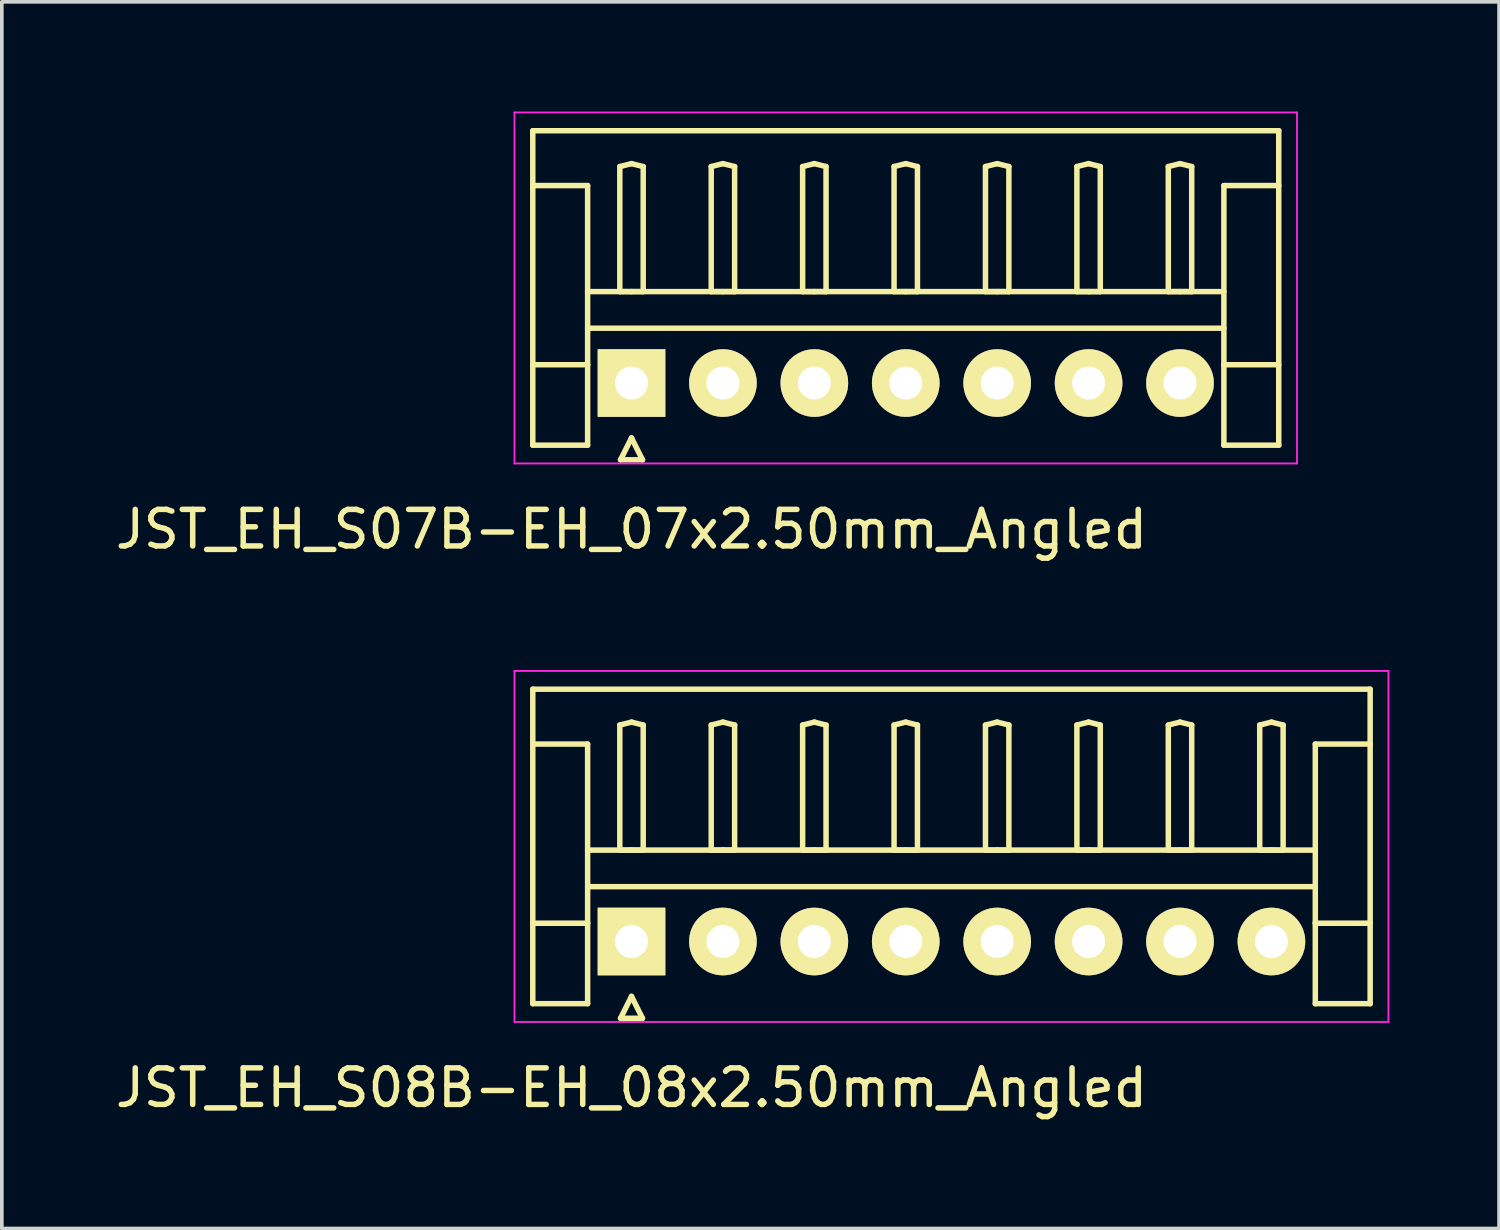
<source format=kicad_pcb>
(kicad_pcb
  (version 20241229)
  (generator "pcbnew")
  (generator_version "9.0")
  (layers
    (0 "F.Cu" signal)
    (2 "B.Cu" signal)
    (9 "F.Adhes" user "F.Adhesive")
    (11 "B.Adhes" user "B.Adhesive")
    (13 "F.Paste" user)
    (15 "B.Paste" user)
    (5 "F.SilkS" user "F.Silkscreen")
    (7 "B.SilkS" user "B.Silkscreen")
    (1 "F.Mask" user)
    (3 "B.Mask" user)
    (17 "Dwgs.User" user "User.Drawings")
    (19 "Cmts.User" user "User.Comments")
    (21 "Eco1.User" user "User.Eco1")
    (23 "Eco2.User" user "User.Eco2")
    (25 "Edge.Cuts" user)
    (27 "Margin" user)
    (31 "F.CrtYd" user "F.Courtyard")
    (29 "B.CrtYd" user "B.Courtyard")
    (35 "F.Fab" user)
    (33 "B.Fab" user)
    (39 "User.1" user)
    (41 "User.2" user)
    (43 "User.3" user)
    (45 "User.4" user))
  (footprint "JST_EH_S07B-EH_07x2.50mm_Angled"
    (layer "F.Cu")
    (at 14.22 7.425)
    (property "Reference" "JST_EH_S07B-EH_07x2.50mm_Angled" (at 0 4 0) (layer "F.SilkS") (effects (font (size 1 1) (thickness 0.15))))
    (attr through_hole)
    (fp_line (start -2.7 -6.9) (end 17.7 -6.9) (stroke (width 0.15) (type solid)) (layer "F.SilkS"))
    (fp_line (start -2.7 -5.4) (end -1.2 -5.4) (stroke (width 0.15) (type solid)) (layer "F.SilkS"))
    (fp_line (start -2.7 1.7) (end -2.7 -6.9) (stroke (width 0.15) (type solid)) (layer "F.SilkS"))
    (fp_line (start -1.2 -5.4) (end -1.2 -0.5) (stroke (width 0.15) (type solid)) (layer "F.SilkS"))
    (fp_line (start -1.2 -2.5) (end 16.2 -2.5) (stroke (width 0.15) (type solid)) (layer "F.SilkS"))
    (fp_line (start -1.2 -1.5) (end 16.2 -1.5) (stroke (width 0.15) (type solid)) (layer "F.SilkS"))
    (fp_line (start -1.2 -0.5) (end -2.7 -0.5) (stroke (width 0.15) (type solid)) (layer "F.SilkS"))
    (fp_line (start -1.2 -0.5) (end -1.2 1.7) (stroke (width 0.15) (type solid)) (layer "F.SilkS"))
    (fp_line (start -1.2 1.7) (end -2.7 1.7) (stroke (width 0.15) (type solid)) (layer "F.SilkS"))
    (fp_line (start -0.32 -5.92) (end 0 -6) (stroke (width 0.15) (type solid)) (layer "F.SilkS"))
    (fp_line (start -0.32 -2.5) (end -0.32 -5.92) (stroke (width 0.15) (type solid)) (layer "F.SilkS"))
    (fp_line (start -0.3 2.1) (end 0.3 2.1) (stroke (width 0.15) (type solid)) (layer "F.SilkS"))
    (fp_line (start 0 -6) (end 0.32 -5.92) (stroke (width 0.15) (type solid)) (layer "F.SilkS"))
    (fp_line (start 0 -2.5) (end -0.32 -2.5) (stroke (width 0.15) (type solid)) (layer "F.SilkS"))
    (fp_line (start 0 1.5) (end -0.3 2.1) (stroke (width 0.15) (type solid)) (layer "F.SilkS"))
    (fp_line (start 0.3 2.1) (end 0 1.5) (stroke (width 0.15) (type solid)) (layer "F.SilkS"))
    (fp_line (start 0.32 -5.92) (end 0.32 -2.5) (stroke (width 0.15) (type solid)) (layer "F.SilkS"))
    (fp_line (start 0.32 -2.5) (end 0 -2.5) (stroke (width 0.15) (type solid)) (layer "F.SilkS"))
    (fp_line (start 2.18 -5.92) (end 2.5 -6) (stroke (width 0.15) (type solid)) (layer "F.SilkS"))
    (fp_line (start 2.18 -2.5) (end 2.18 -5.92) (stroke (width 0.15) (type solid)) (layer "F.SilkS"))
    (fp_line (start 2.5 -6) (end 2.82 -5.92) (stroke (width 0.15) (type solid)) (layer "F.SilkS"))
    (fp_line (start 2.5 -2.5) (end 2.18 -2.5) (stroke (width 0.15) (type solid)) (layer "F.SilkS"))
    (fp_line (start 2.82 -5.92) (end 2.82 -2.5) (stroke (width 0.15) (type solid)) (layer "F.SilkS"))
    (fp_line (start 2.82 -2.5) (end 2.5 -2.5) (stroke (width 0.15) (type solid)) (layer "F.SilkS"))
    (fp_line (start 4.68 -5.92) (end 5 -6) (stroke (width 0.15) (type solid)) (layer "F.SilkS"))
    (fp_line (start 4.68 -2.5) (end 4.68 -5.92) (stroke (width 0.15) (type solid)) (layer "F.SilkS"))
    (fp_line (start 5 -6) (end 5.32 -5.92) (stroke (width 0.15) (type solid)) (layer "F.SilkS"))
    (fp_line (start 5 -2.5) (end 4.68 -2.5) (stroke (width 0.15) (type solid)) (layer "F.SilkS"))
    (fp_line (start 5.32 -5.92) (end 5.32 -2.5) (stroke (width 0.15) (type solid)) (layer "F.SilkS"))
    (fp_line (start 5.32 -2.5) (end 5 -2.5) (stroke (width 0.15) (type solid)) (layer "F.SilkS"))
    (fp_line (start 7.18 -5.92) (end 7.5 -6) (stroke (width 0.15) (type solid)) (layer "F.SilkS"))
    (fp_line (start 7.18 -2.5) (end 7.18 -5.92) (stroke (width 0.15) (type solid)) (layer "F.SilkS"))
    (fp_line (start 7.5 -6) (end 7.82 -5.92) (stroke (width 0.15) (type solid)) (layer "F.SilkS"))
    (fp_line (start 7.5 -2.5) (end 7.18 -2.5) (stroke (width 0.15) (type solid)) (layer "F.SilkS"))
    (fp_line (start 7.82 -5.92) (end 7.82 -2.5) (stroke (width 0.15) (type solid)) (layer "F.SilkS"))
    (fp_line (start 7.82 -2.5) (end 7.5 -2.5) (stroke (width 0.15) (type solid)) (layer "F.SilkS"))
    (fp_line (start 9.68 -5.92) (end 10 -6) (stroke (width 0.15) (type solid)) (layer "F.SilkS"))
    (fp_line (start 9.68 -2.5) (end 9.68 -5.92) (stroke (width 0.15) (type solid)) (layer "F.SilkS"))
    (fp_line (start 10 -6) (end 10.32 -5.92) (stroke (width 0.15) (type solid)) (layer "F.SilkS"))
    (fp_line (start 10 -2.5) (end 9.68 -2.5) (stroke (width 0.15) (type solid)) (layer "F.SilkS"))
    (fp_line (start 10.32 -5.92) (end 10.32 -2.5) (stroke (width 0.15) (type solid)) (layer "F.SilkS"))
    (fp_line (start 10.32 -2.5) (end 10 -2.5) (stroke (width 0.15) (type solid)) (layer "F.SilkS"))
    (fp_line (start 12.18 -5.92) (end 12.5 -6) (stroke (width 0.15) (type solid)) (layer "F.SilkS"))
    (fp_line (start 12.18 -2.5) (end 12.18 -5.92) (stroke (width 0.15) (type solid)) (layer "F.SilkS"))
    (fp_line (start 12.5 -6) (end 12.82 -5.92) (stroke (width 0.15) (type solid)) (layer "F.SilkS"))
    (fp_line (start 12.5 -2.5) (end 12.18 -2.5) (stroke (width 0.15) (type solid)) (layer "F.SilkS"))
    (fp_line (start 12.82 -5.92) (end 12.82 -2.5) (stroke (width 0.15) (type solid)) (layer "F.SilkS"))
    (fp_line (start 12.82 -2.5) (end 12.5 -2.5) (stroke (width 0.15) (type solid)) (layer "F.SilkS"))
    (fp_line (start 14.68 -5.92) (end 15 -6) (stroke (width 0.15) (type solid)) (layer "F.SilkS"))
    (fp_line (start 14.68 -2.5) (end 14.68 -5.92) (stroke (width 0.15) (type solid)) (layer "F.SilkS"))
    (fp_line (start 15 -6) (end 15.32 -5.92) (stroke (width 0.15) (type solid)) (layer "F.SilkS"))
    (fp_line (start 15 -2.5) (end 14.68 -2.5) (stroke (width 0.15) (type solid)) (layer "F.SilkS"))
    (fp_line (start 15.32 -5.92) (end 15.32 -2.5) (stroke (width 0.15) (type solid)) (layer "F.SilkS"))
    (fp_line (start 15.32 -2.5) (end 15 -2.5) (stroke (width 0.15) (type solid)) (layer "F.SilkS"))
    (fp_line (start 16.2 -5.4) (end 16.2 -0.5) (stroke (width 0.15) (type solid)) (layer "F.SilkS"))
    (fp_line (start 16.2 -0.5) (end 17.7 -0.5) (stroke (width 0.15) (type solid)) (layer "F.SilkS"))
    (fp_line (start 16.2 1.7) (end 16.2 -0.5) (stroke (width 0.15) (type solid)) (layer "F.SilkS"))
    (fp_line (start 17.7 -6.9) (end 17.7 1.7) (stroke (width 0.15) (type solid)) (layer "F.SilkS"))
    (fp_line (start 17.7 -5.4) (end 16.2 -5.4) (stroke (width 0.15) (type solid)) (layer "F.SilkS"))
    (fp_line (start 17.7 1.7) (end 16.2 1.7) (stroke (width 0.15) (type solid)) (layer "F.SilkS"))
    (fp_line (start -3.2 -7.4) (end -3.2 2.2) (stroke (width 0.05) (type solid)) (layer "F.CrtYd"))
    (fp_line (start -3.2 2.2) (end 18.2 2.2) (stroke (width 0.05) (type solid)) (layer "F.CrtYd"))
    (fp_line (start 18.2 -7.4) (end -3.2 -7.4) (stroke (width 0.05) (type solid)) (layer "F.CrtYd"))
    (fp_line (start 18.2 2.2) (end 18.2 -7.4) (stroke (width 0.05) (type solid)) (layer "F.CrtYd"))
    (pad "1" thru_hole rect (at 0 0) (size 1.85 1.85) (drill 0.9) (layers "*.Cu" "*.Mask" "F.SilkS"))
    (pad "2" thru_hole circle (at 2.5 0) (size 1.85 1.85) (drill 0.9) (layers "*.Cu" "*.Mask" "F.SilkS"))
    (pad "3" thru_hole circle (at 5 0) (size 1.85 1.85) (drill 0.9) (layers "*.Cu" "*.Mask" "F.SilkS"))
    (pad "4" thru_hole circle (at 7.5 0) (size 1.85 1.85) (drill 0.9) (layers "*.Cu" "*.Mask" "F.SilkS"))
    (pad "5" thru_hole circle (at 10 0) (size 1.85 1.85) (drill 0.9) (layers "*.Cu" "*.Mask" "F.SilkS"))
    (pad "6" thru_hole circle (at 12.5 0) (size 1.85 1.85) (drill 0.9) (layers "*.Cu" "*.Mask" "F.SilkS"))
    (pad "7" thru_hole circle (at 15 0) (size 1.85 1.85) (drill 0.9) (layers "*.Cu" "*.Mask" "F.SilkS")))
  (footprint "JST_EH_S08B-EH_08x2.50mm_Angled"
    (layer "F.Cu")
    (at 14.22 22.698)
    (property "Reference" "JST_EH_S08B-EH_08x2.50mm_Angled" (at 0 4 0) (layer "F.SilkS") (effects (font (size 1 1) (thickness 0.15))))
    (attr through_hole)
    (fp_line (start -2.7 -6.9) (end 20.2 -6.9) (stroke (width 0.15) (type solid)) (layer "F.SilkS"))
    (fp_line (start -2.7 -5.4) (end -1.2 -5.4) (stroke (width 0.15) (type solid)) (layer "F.SilkS"))
    (fp_line (start -2.7 1.7) (end -2.7 -6.9) (stroke (width 0.15) (type solid)) (layer "F.SilkS"))
    (fp_line (start -1.2 -5.4) (end -1.2 -0.5) (stroke (width 0.15) (type solid)) (layer "F.SilkS"))
    (fp_line (start -1.2 -2.5) (end 18.7 -2.5) (stroke (width 0.15) (type solid)) (layer "F.SilkS"))
    (fp_line (start -1.2 -1.5) (end 18.7 -1.5) (stroke (width 0.15) (type solid)) (layer "F.SilkS"))
    (fp_line (start -1.2 -0.5) (end -2.7 -0.5) (stroke (width 0.15) (type solid)) (layer "F.SilkS"))
    (fp_line (start -1.2 -0.5) (end -1.2 1.7) (stroke (width 0.15) (type solid)) (layer "F.SilkS"))
    (fp_line (start -1.2 1.7) (end -2.7 1.7) (stroke (width 0.15) (type solid)) (layer "F.SilkS"))
    (fp_line (start -0.32 -5.92) (end 0 -6) (stroke (width 0.15) (type solid)) (layer "F.SilkS"))
    (fp_line (start -0.32 -2.5) (end -0.32 -5.92) (stroke (width 0.15) (type solid)) (layer "F.SilkS"))
    (fp_line (start -0.3 2.1) (end 0.3 2.1) (stroke (width 0.15) (type solid)) (layer "F.SilkS"))
    (fp_line (start 0 -6) (end 0.32 -5.92) (stroke (width 0.15) (type solid)) (layer "F.SilkS"))
    (fp_line (start 0 -2.5) (end -0.32 -2.5) (stroke (width 0.15) (type solid)) (layer "F.SilkS"))
    (fp_line (start 0 1.5) (end -0.3 2.1) (stroke (width 0.15) (type solid)) (layer "F.SilkS"))
    (fp_line (start 0.3 2.1) (end 0 1.5) (stroke (width 0.15) (type solid)) (layer "F.SilkS"))
    (fp_line (start 0.32 -5.92) (end 0.32 -2.5) (stroke (width 0.15) (type solid)) (layer "F.SilkS"))
    (fp_line (start 0.32 -2.5) (end 0 -2.5) (stroke (width 0.15) (type solid)) (layer "F.SilkS"))
    (fp_line (start 2.18 -5.92) (end 2.5 -6) (stroke (width 0.15) (type solid)) (layer "F.SilkS"))
    (fp_line (start 2.18 -2.5) (end 2.18 -5.92) (stroke (width 0.15) (type solid)) (layer "F.SilkS"))
    (fp_line (start 2.5 -6) (end 2.82 -5.92) (stroke (width 0.15) (type solid)) (layer "F.SilkS"))
    (fp_line (start 2.5 -2.5) (end 2.18 -2.5) (stroke (width 0.15) (type solid)) (layer "F.SilkS"))
    (fp_line (start 2.82 -5.92) (end 2.82 -2.5) (stroke (width 0.15) (type solid)) (layer "F.SilkS"))
    (fp_line (start 2.82 -2.5) (end 2.5 -2.5) (stroke (width 0.15) (type solid)) (layer "F.SilkS"))
    (fp_line (start 4.68 -5.92) (end 5 -6) (stroke (width 0.15) (type solid)) (layer "F.SilkS"))
    (fp_line (start 4.68 -2.5) (end 4.68 -5.92) (stroke (width 0.15) (type solid)) (layer "F.SilkS"))
    (fp_line (start 5 -6) (end 5.32 -5.92) (stroke (width 0.15) (type solid)) (layer "F.SilkS"))
    (fp_line (start 5 -2.5) (end 4.68 -2.5) (stroke (width 0.15) (type solid)) (layer "F.SilkS"))
    (fp_line (start 5.32 -5.92) (end 5.32 -2.5) (stroke (width 0.15) (type solid)) (layer "F.SilkS"))
    (fp_line (start 5.32 -2.5) (end 5 -2.5) (stroke (width 0.15) (type solid)) (layer "F.SilkS"))
    (fp_line (start 7.18 -5.92) (end 7.5 -6) (stroke (width 0.15) (type solid)) (layer "F.SilkS"))
    (fp_line (start 7.18 -2.5) (end 7.18 -5.92) (stroke (width 0.15) (type solid)) (layer "F.SilkS"))
    (fp_line (start 7.5 -6) (end 7.82 -5.92) (stroke (width 0.15) (type solid)) (layer "F.SilkS"))
    (fp_line (start 7.5 -2.5) (end 7.18 -2.5) (stroke (width 0.15) (type solid)) (layer "F.SilkS"))
    (fp_line (start 7.82 -5.92) (end 7.82 -2.5) (stroke (width 0.15) (type solid)) (layer "F.SilkS"))
    (fp_line (start 7.82 -2.5) (end 7.5 -2.5) (stroke (width 0.15) (type solid)) (layer "F.SilkS"))
    (fp_line (start 9.68 -5.92) (end 10 -6) (stroke (width 0.15) (type solid)) (layer "F.SilkS"))
    (fp_line (start 9.68 -2.5) (end 9.68 -5.92) (stroke (width 0.15) (type solid)) (layer "F.SilkS"))
    (fp_line (start 10 -6) (end 10.32 -5.92) (stroke (width 0.15) (type solid)) (layer "F.SilkS"))
    (fp_line (start 10 -2.5) (end 9.68 -2.5) (stroke (width 0.15) (type solid)) (layer "F.SilkS"))
    (fp_line (start 10.32 -5.92) (end 10.32 -2.5) (stroke (width 0.15) (type solid)) (layer "F.SilkS"))
    (fp_line (start 10.32 -2.5) (end 10 -2.5) (stroke (width 0.15) (type solid)) (layer "F.SilkS"))
    (fp_line (start 12.18 -5.92) (end 12.5 -6) (stroke (width 0.15) (type solid)) (layer "F.SilkS"))
    (fp_line (start 12.18 -2.5) (end 12.18 -5.92) (stroke (width 0.15) (type solid)) (layer "F.SilkS"))
    (fp_line (start 12.5 -6) (end 12.82 -5.92) (stroke (width 0.15) (type solid)) (layer "F.SilkS"))
    (fp_line (start 12.5 -2.5) (end 12.18 -2.5) (stroke (width 0.15) (type solid)) (layer "F.SilkS"))
    (fp_line (start 12.82 -5.92) (end 12.82 -2.5) (stroke (width 0.15) (type solid)) (layer "F.SilkS"))
    (fp_line (start 12.82 -2.5) (end 12.5 -2.5) (stroke (width 0.15) (type solid)) (layer "F.SilkS"))
    (fp_line (start 14.68 -5.92) (end 15 -6) (stroke (width 0.15) (type solid)) (layer "F.SilkS"))
    (fp_line (start 14.68 -2.5) (end 14.68 -5.92) (stroke (width 0.15) (type solid)) (layer "F.SilkS"))
    (fp_line (start 15 -6) (end 15.32 -5.92) (stroke (width 0.15) (type solid)) (layer "F.SilkS"))
    (fp_line (start 15 -2.5) (end 14.68 -2.5) (stroke (width 0.15) (type solid)) (layer "F.SilkS"))
    (fp_line (start 15.32 -5.92) (end 15.32 -2.5) (stroke (width 0.15) (type solid)) (layer "F.SilkS"))
    (fp_line (start 15.32 -2.5) (end 15 -2.5) (stroke (width 0.15) (type solid)) (layer "F.SilkS"))
    (fp_line (start 17.18 -5.92) (end 17.5 -6) (stroke (width 0.15) (type solid)) (layer "F.SilkS"))
    (fp_line (start 17.18 -2.5) (end 17.18 -5.92) (stroke (width 0.15) (type solid)) (layer "F.SilkS"))
    (fp_line (start 17.5 -6) (end 17.82 -5.92) (stroke (width 0.15) (type solid)) (layer "F.SilkS"))
    (fp_line (start 17.5 -2.5) (end 17.18 -2.5) (stroke (width 0.15) (type solid)) (layer "F.SilkS"))
    (fp_line (start 17.82 -5.92) (end 17.82 -2.5) (stroke (width 0.15) (type solid)) (layer "F.SilkS"))
    (fp_line (start 17.82 -2.5) (end 17.5 -2.5) (stroke (width 0.15) (type solid)) (layer "F.SilkS"))
    (fp_line (start 18.7 -5.4) (end 18.7 -0.5) (stroke (width 0.15) (type solid)) (layer "F.SilkS"))
    (fp_line (start 18.7 -0.5) (end 20.2 -0.5) (stroke (width 0.15) (type solid)) (layer "F.SilkS"))
    (fp_line (start 18.7 1.7) (end 18.7 -0.5) (stroke (width 0.15) (type solid)) (layer "F.SilkS"))
    (fp_line (start 20.2 -6.9) (end 20.2 1.7) (stroke (width 0.15) (type solid)) (layer "F.SilkS"))
    (fp_line (start 20.2 -5.4) (end 18.7 -5.4) (stroke (width 0.15) (type solid)) (layer "F.SilkS"))
    (fp_line (start 20.2 1.7) (end 18.7 1.7) (stroke (width 0.15) (type solid)) (layer "F.SilkS"))
    (fp_line (start -3.2 -7.4) (end -3.2 2.2) (stroke (width 0.05) (type solid)) (layer "F.CrtYd"))
    (fp_line (start -3.2 2.2) (end 20.7 2.2) (stroke (width 0.05) (type solid)) (layer "F.CrtYd"))
    (fp_line (start 20.7 -7.4) (end -3.2 -7.4) (stroke (width 0.05) (type solid)) (layer "F.CrtYd"))
    (fp_line (start 20.7 2.2) (end 20.7 -7.4) (stroke (width 0.05) (type solid)) (layer "F.CrtYd"))
    (pad "1" thru_hole rect (at 0 0) (size 1.85 1.85) (drill 0.9) (layers "*.Cu" "*.Mask" "F.SilkS"))
    (pad "2" thru_hole circle (at 2.5 0) (size 1.85 1.85) (drill 0.9) (layers "*.Cu" "*.Mask" "F.SilkS"))
    (pad "3" thru_hole circle (at 5 0) (size 1.85 1.85) (drill 0.9) (layers "*.Cu" "*.Mask" "F.SilkS"))
    (pad "4" thru_hole circle (at 7.5 0) (size 1.85 1.85) (drill 0.9) (layers "*.Cu" "*.Mask" "F.SilkS"))
    (pad "5" thru_hole circle (at 10 0) (size 1.85 1.85) (drill 0.9) (layers "*.Cu" "*.Mask" "F.SilkS"))
    (pad "6" thru_hole circle (at 12.5 0) (size 1.85 1.85) (drill 0.9) (layers "*.Cu" "*.Mask" "F.SilkS"))
    (pad "7" thru_hole circle (at 15 0) (size 1.85 1.85) (drill 0.9) (layers "*.Cu" "*.Mask" "F.SilkS"))
    (pad "8" thru_hole circle (at 17.5 0) (size 1.85 1.85) (drill 0.9) (layers "*.Cu" "*.Mask" "F.SilkS")))
  (gr_rect
    (start -3 -3)
    (end 37.945 30.547)
    (stroke (width 0.1) (type default))
    (fill no)
    (layer "Edge.Cuts")))
</source>
